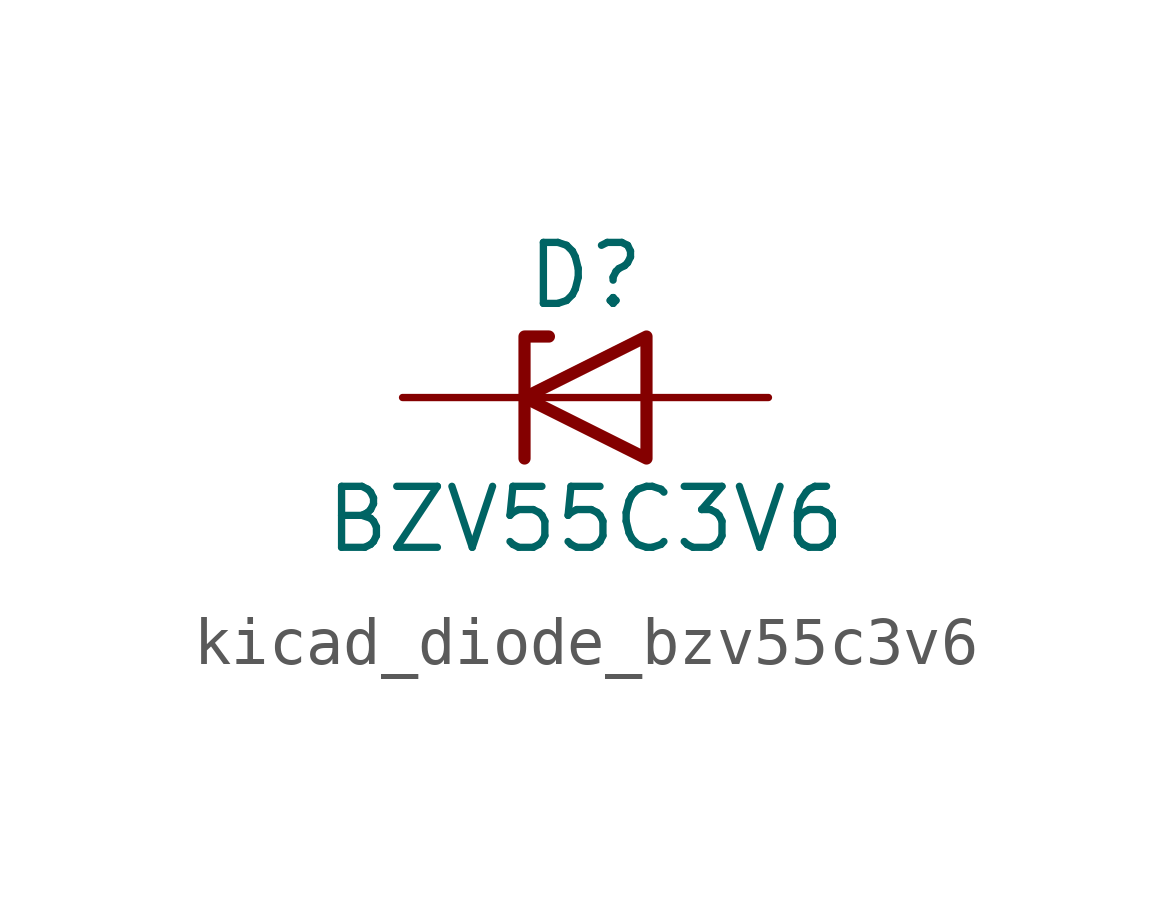
<source format=kicad_sym>
(kicad_symbol_lib
  (version 20220914)
  (generator kicad_symbol_editor)
  (symbol "kicad_diode_bzv55c3v6"
    (pin_numbers hide)
    (pin_names hide)
    (property "Reference" "D"
      (at 0 2.54 0)
      (effects (font (size 1.27 1.27))))
    (property "Value" "BZV55C3V6"
      (at 0 -2.54 0)
      (effects (font (size 1.27 1.27))))
    (symbol "kicad_diode_bzv55c3v6_0_1"
      (polyline (pts (xy 1.27 0) (xy -1.27 0)) (stroke (width 0) (type default)) (fill (type none)))
      (polyline (pts (xy -1.27 -1.27) (xy -1.27 1.27) (xy -0.762 1.27)) (stroke (width 0.254) (type default)) (fill (type none)))
      (polyline (pts (xy 1.27 -1.27) (xy 1.27 1.27) (xy -1.27 0) (xy 1.27 -1.27)) (stroke (width 0.254) (type default)) (fill (type none))))
    (symbol "kicad_diode_bzv55c3v6_1_1"
      (pin passive line (at -3.81 0 0) (length 2.54) (name "K" (effects (font (size 1.27 1.27)))) (number "1" (effects (font (size 1.27 1.27)))))
      (pin passive line (at 3.81 0 180) (length 2.54) (name "A" (effects (font (size 1.27 1.27)))) (number "2" (effects (font (size 1.27 1.27))))))))
</source>
